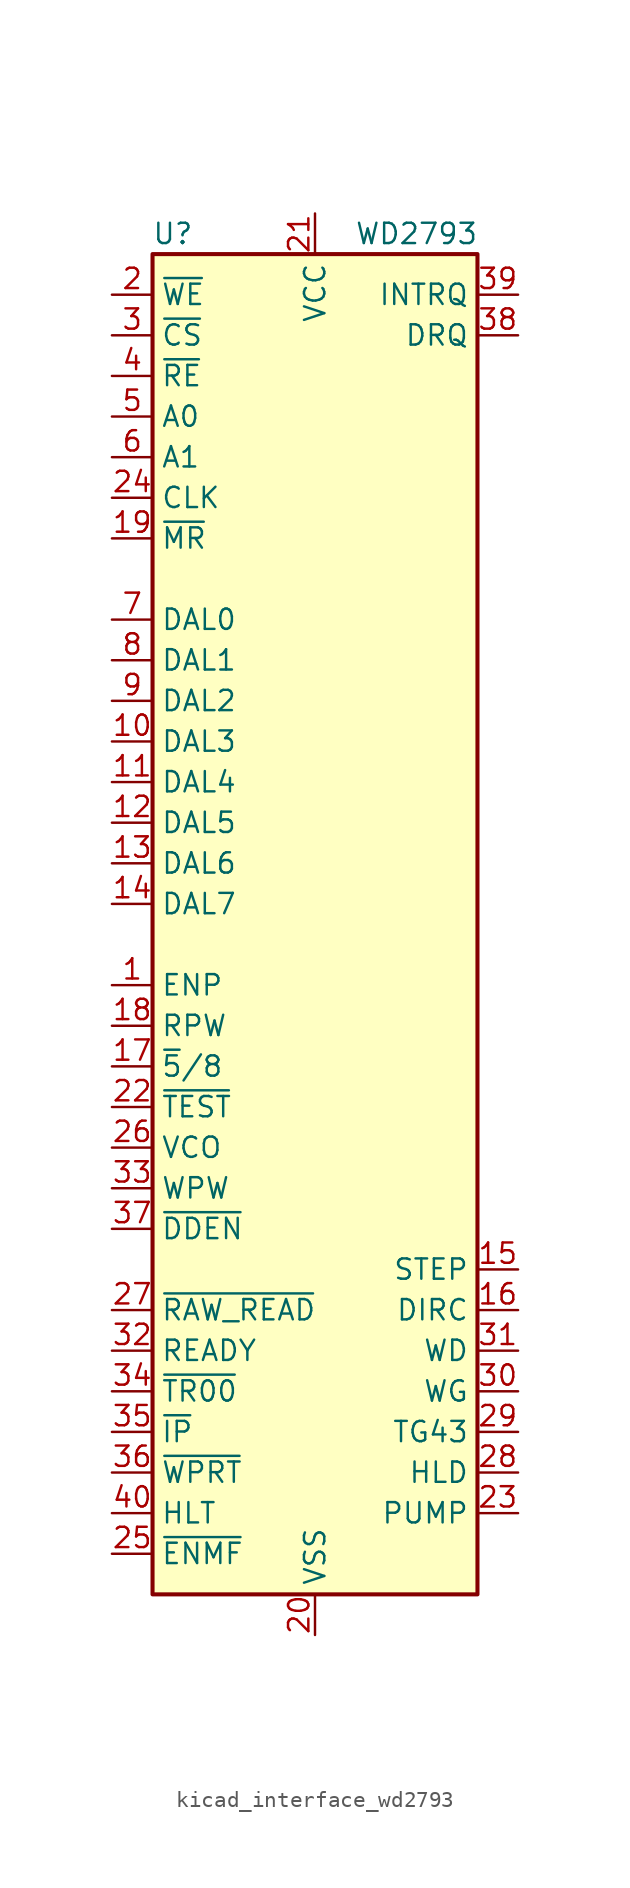
<source format=kicad_sym>
(kicad_symbol_lib
  (version 20220914)
  (generator kicad_symbol_editor)
  (symbol "kicad_interface_wd2793"
    (property "Reference" "U"
      (at -8.89 44.45 0)
      (effects (font (size 1.27 1.27))))
    (property "Value" "WD2793"
      (at 6.35 44.45 0)
      (effects (font (size 1.27 1.27))))
    (symbol "kicad_interface_wd2793_0_1"
      (rectangle (start -10.16 43.18) (end 10.16 -40.64) (stroke (width 0.254) (type default)) (fill (type background))))
    (symbol "kicad_interface_wd2793_1_1"
      (pin input line (at -12.7 -2.54 0) (length 2.54) (name "ENP" (effects (font (size 1.27 1.27)))) (number "1" (effects (font (size 1.27 1.27)))))
      (pin tri_state line (at -12.7 12.7 0) (length 2.54) (name "DAL3" (effects (font (size 1.27 1.27)))) (number "10" (effects (font (size 1.27 1.27)))))
      (pin tri_state line (at -12.7 10.16 0) (length 2.54) (name "DAL4" (effects (font (size 1.27 1.27)))) (number "11" (effects (font (size 1.27 1.27)))))
      (pin tri_state line (at -12.7 7.62 0) (length 2.54) (name "DAL5" (effects (font (size 1.27 1.27)))) (number "12" (effects (font (size 1.27 1.27)))))
      (pin tri_state line (at -12.7 5.08 0) (length 2.54) (name "DAL6" (effects (font (size 1.27 1.27)))) (number "13" (effects (font (size 1.27 1.27)))))
      (pin tri_state line (at -12.7 2.54 0) (length 2.54) (name "DAL7" (effects (font (size 1.27 1.27)))) (number "14" (effects (font (size 1.27 1.27)))))
      (pin output line (at 12.7 -20.32 180) (length 2.54) (name "STEP" (effects (font (size 1.27 1.27)))) (number "15" (effects (font (size 1.27 1.27)))))
      (pin output line (at 12.7 -22.86 180) (length 2.54) (name "DIRC" (effects (font (size 1.27 1.27)))) (number "16" (effects (font (size 1.27 1.27)))))
      (pin input line (at -12.7 -7.62 0) (length 2.54) (name "~{5}/8" (effects (font (size 1.27 1.27)))) (number "17" (effects (font (size 1.27 1.27)))))
      (pin input line (at -12.7 -5.08 0) (length 2.54) (name "RPW" (effects (font (size 1.27 1.27)))) (number "18" (effects (font (size 1.27 1.27)))))
      (pin input line (at -12.7 25.4 0) (length 2.54) (name "~{MR}" (effects (font (size 1.27 1.27)))) (number "19" (effects (font (size 1.27 1.27)))))
      (pin input line (at -12.7 40.64 0) (length 2.54) (name "~{WE}" (effects (font (size 1.27 1.27)))) (number "2" (effects (font (size 1.27 1.27)))))
      (pin power_in line (at 0 -43.18 90) (length 2.54) (name "VSS" (effects (font (size 1.27 1.27)))) (number "20" (effects (font (size 1.27 1.27)))))
      (pin power_in line (at 0 45.72 270) (length 2.54) (name "VCC" (effects (font (size 1.27 1.27)))) (number "21" (effects (font (size 1.27 1.27)))))
      (pin input line (at -12.7 -10.16 0) (length 2.54) (name "~{TEST}" (effects (font (size 1.27 1.27)))) (number "22" (effects (font (size 1.27 1.27)))))
      (pin output line (at 12.7 -35.56 180) (length 2.54) (name "PUMP" (effects (font (size 1.27 1.27)))) (number "23" (effects (font (size 1.27 1.27)))))
      (pin input line (at -12.7 27.94 0) (length 2.54) (name "CLK" (effects (font (size 1.27 1.27)))) (number "24" (effects (font (size 1.27 1.27)))))
      (pin input line (at -12.7 -38.1 0) (length 2.54) (name "~{ENMF}" (effects (font (size 1.27 1.27)))) (number "25" (effects (font (size 1.27 1.27)))))
      (pin input line (at -12.7 -12.7 0) (length 2.54) (name "VCO" (effects (font (size 1.27 1.27)))) (number "26" (effects (font (size 1.27 1.27)))))
      (pin input line (at -12.7 -22.86 0) (length 2.54) (name "~{RAW_READ}" (effects (font (size 1.27 1.27)))) (number "27" (effects (font (size 1.27 1.27)))))
      (pin output line (at 12.7 -33.02 180) (length 2.54) (name "HLD" (effects (font (size 1.27 1.27)))) (number "28" (effects (font (size 1.27 1.27)))))
      (pin output line (at 12.7 -30.48 180) (length 2.54) (name "TG43" (effects (font (size 1.27 1.27)))) (number "29" (effects (font (size 1.27 1.27)))))
      (pin input line (at -12.7 38.1 0) (length 2.54) (name "~{CS}" (effects (font (size 1.27 1.27)))) (number "3" (effects (font (size 1.27 1.27)))))
      (pin output line (at 12.7 -27.94 180) (length 2.54) (name "WG" (effects (font (size 1.27 1.27)))) (number "30" (effects (font (size 1.27 1.27)))))
      (pin output line (at 12.7 -25.4 180) (length 2.54) (name "WD" (effects (font (size 1.27 1.27)))) (number "31" (effects (font (size 1.27 1.27)))))
      (pin input line (at -12.7 -25.4 0) (length 2.54) (name "READY" (effects (font (size 1.27 1.27)))) (number "32" (effects (font (size 1.27 1.27)))))
      (pin input line (at -12.7 -15.24 0) (length 2.54) (name "WPW" (effects (font (size 1.27 1.27)))) (number "33" (effects (font (size 1.27 1.27)))))
      (pin input line (at -12.7 -27.94 0) (length 2.54) (name "~{TR00}" (effects (font (size 1.27 1.27)))) (number "34" (effects (font (size 1.27 1.27)))))
      (pin input line (at -12.7 -30.48 0) (length 2.54) (name "~{IP}" (effects (font (size 1.27 1.27)))) (number "35" (effects (font (size 1.27 1.27)))))
      (pin input line (at -12.7 -33.02 0) (length 2.54) (name "~{WPRT}" (effects (font (size 1.27 1.27)))) (number "36" (effects (font (size 1.27 1.27)))))
      (pin input line (at -12.7 -17.78 0) (length 2.54) (name "~{DDEN}" (effects (font (size 1.27 1.27)))) (number "37" (effects (font (size 1.27 1.27)))))
      (pin output line (at 12.7 38.1 180) (length 2.54) (name "DRQ" (effects (font (size 1.27 1.27)))) (number "38" (effects (font (size 1.27 1.27)))))
      (pin output line (at 12.7 40.64 180) (length 2.54) (name "INTRQ" (effects (font (size 1.27 1.27)))) (number "39" (effects (font (size 1.27 1.27)))))
      (pin input line (at -12.7 35.56 0) (length 2.54) (name "~{RE}" (effects (font (size 1.27 1.27)))) (number "4" (effects (font (size 1.27 1.27)))))
      (pin input line (at -12.7 -35.56 0) (length 2.54) (name "HLT" (effects (font (size 1.27 1.27)))) (number "40" (effects (font (size 1.27 1.27)))))
      (pin input line (at -12.7 33.02 0) (length 2.54) (name "A0" (effects (font (size 1.27 1.27)))) (number "5" (effects (font (size 1.27 1.27)))))
      (pin input line (at -12.7 30.48 0) (length 2.54) (name "A1" (effects (font (size 1.27 1.27)))) (number "6" (effects (font (size 1.27 1.27)))))
      (pin tri_state line (at -12.7 20.32 0) (length 2.54) (name "DAL0" (effects (font (size 1.27 1.27)))) (number "7" (effects (font (size 1.27 1.27)))))
      (pin tri_state line (at -12.7 17.78 0) (length 2.54) (name "DAL1" (effects (font (size 1.27 1.27)))) (number "8" (effects (font (size 1.27 1.27)))))
      (pin tri_state line (at -12.7 15.24 0) (length 2.54) (name "DAL2" (effects (font (size 1.27 1.27)))) (number "9" (effects (font (size 1.27 1.27))))))))
</source>
